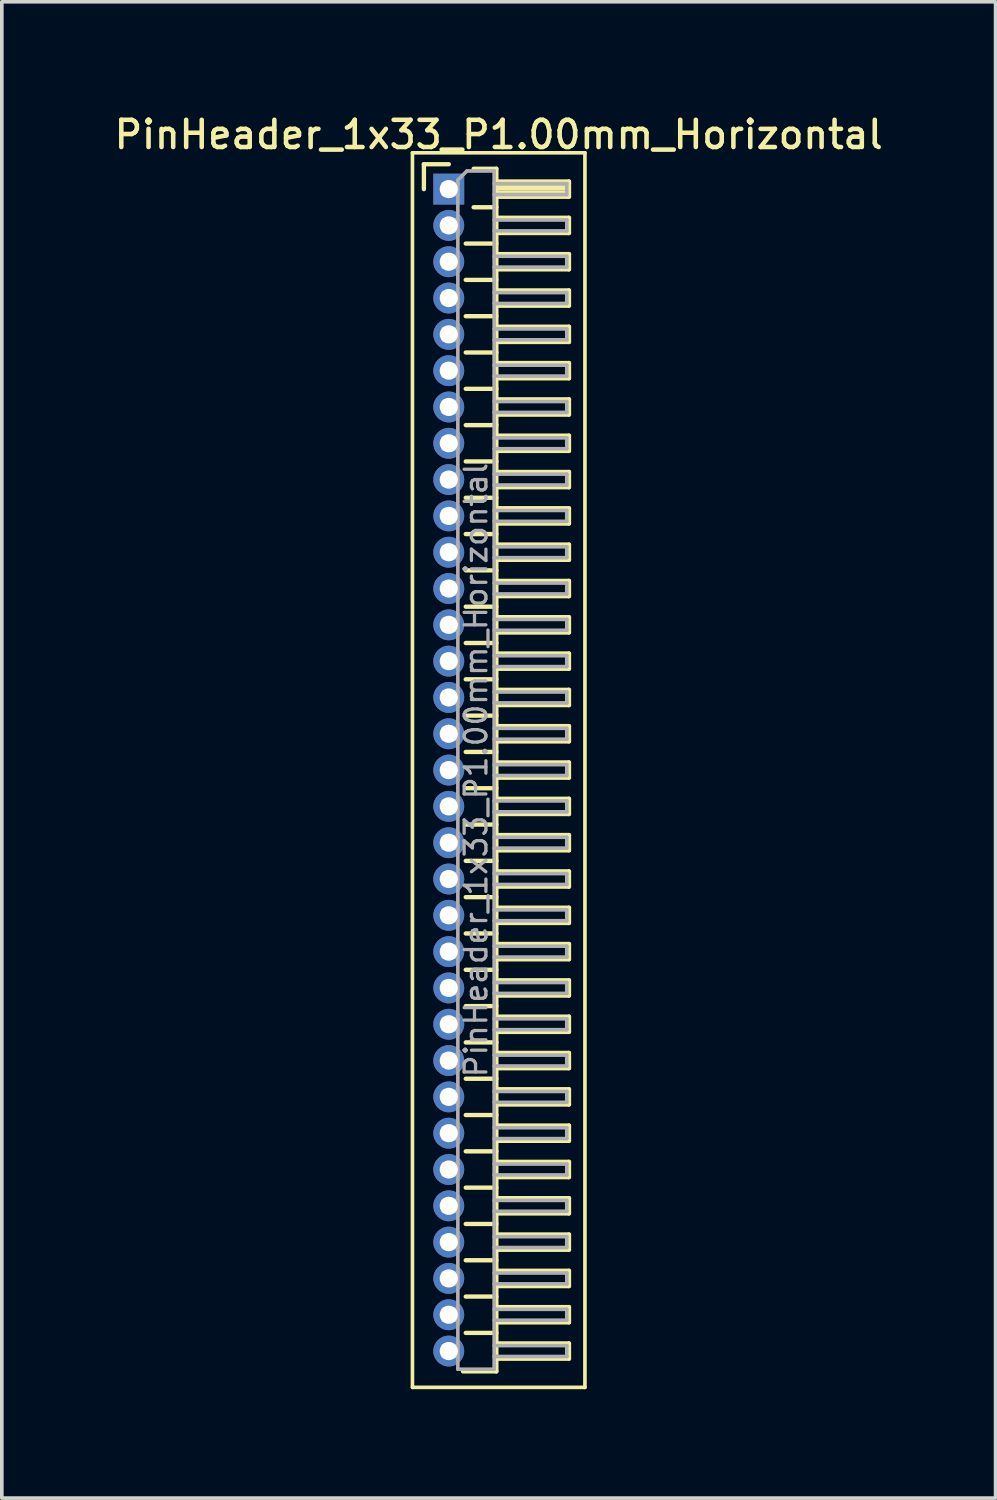
<source format=kicad_pcb>
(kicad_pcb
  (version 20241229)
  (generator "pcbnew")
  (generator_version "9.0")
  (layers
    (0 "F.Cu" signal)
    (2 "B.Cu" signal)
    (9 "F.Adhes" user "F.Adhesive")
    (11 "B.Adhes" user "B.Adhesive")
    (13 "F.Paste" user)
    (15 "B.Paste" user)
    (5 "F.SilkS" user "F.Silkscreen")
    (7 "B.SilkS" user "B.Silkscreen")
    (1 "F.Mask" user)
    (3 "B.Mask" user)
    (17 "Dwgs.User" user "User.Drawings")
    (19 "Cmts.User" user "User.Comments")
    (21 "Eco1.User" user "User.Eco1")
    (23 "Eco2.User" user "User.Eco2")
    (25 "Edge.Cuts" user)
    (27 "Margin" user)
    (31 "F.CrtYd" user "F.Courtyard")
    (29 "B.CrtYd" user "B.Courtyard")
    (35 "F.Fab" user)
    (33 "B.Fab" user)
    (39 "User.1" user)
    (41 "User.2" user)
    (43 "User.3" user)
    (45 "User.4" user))
  (footprint "PinHeader_1x33_P1.00mm_Horizontal"
    (layer "F.Cu")
    (at 9.309 2.158)
    (property "Reference" "PinHeader_1x33_P1.00mm_Horizontal" (at 1.375 -1.5 0) (layer "F.SilkS") (effects (font (size 0.75 0.75) (thickness 0.125))))
    (attr through_hole)
    (fp_line (start -1 -1) (end -1 33) (stroke (width 0.1) (type solid)) (layer "F.SilkS"))
    (fp_line (start -1 33) (end 3.75 33) (stroke (width 0.1) (type solid)) (layer "F.SilkS"))
    (fp_line (start -0.685 -0.685) (end 0 -0.685) (stroke (width 0.12) (type solid)) (layer "F.SilkS"))
    (fp_line (start -0.685 0) (end -0.685 -0.685) (stroke (width 0.12) (type solid)) (layer "F.SilkS"))
    (fp_line (start 0.468 1.5) (end 1.31 1.5) (stroke (width 0.12) (type solid)) (layer "F.SilkS"))
    (fp_line (start 0.468 2.5) (end 1.31 2.5) (stroke (width 0.12) (type solid)) (layer "F.SilkS"))
    (fp_line (start 0.468 3.5) (end 1.31 3.5) (stroke (width 0.12) (type solid)) (layer "F.SilkS"))
    (fp_line (start 0.468 4.5) (end 1.31 4.5) (stroke (width 0.12) (type solid)) (layer "F.SilkS"))
    (fp_line (start 0.468 5.5) (end 1.31 5.5) (stroke (width 0.12) (type solid)) (layer "F.SilkS"))
    (fp_line (start 0.468 6.5) (end 1.31 6.5) (stroke (width 0.12) (type solid)) (layer "F.SilkS"))
    (fp_line (start 0.468 7.5) (end 1.31 7.5) (stroke (width 0.12) (type solid)) (layer "F.SilkS"))
    (fp_line (start 0.468 8.5) (end 1.31 8.5) (stroke (width 0.12) (type solid)) (layer "F.SilkS"))
    (fp_line (start 0.468 9.5) (end 1.31 9.5) (stroke (width 0.12) (type solid)) (layer "F.SilkS"))
    (fp_line (start 0.468 10.5) (end 1.31 10.5) (stroke (width 0.12) (type solid)) (layer "F.SilkS"))
    (fp_line (start 0.468 11.5) (end 1.31 11.5) (stroke (width 0.12) (type solid)) (layer "F.SilkS"))
    (fp_line (start 0.468 12.5) (end 1.31 12.5) (stroke (width 0.12) (type solid)) (layer "F.SilkS"))
    (fp_line (start 0.468 13.5) (end 1.31 13.5) (stroke (width 0.12) (type solid)) (layer "F.SilkS"))
    (fp_line (start 0.468 14.5) (end 1.31 14.5) (stroke (width 0.12) (type solid)) (layer "F.SilkS"))
    (fp_line (start 0.468 15.5) (end 1.31 15.5) (stroke (width 0.12) (type solid)) (layer "F.SilkS"))
    (fp_line (start 0.468 16.5) (end 1.31 16.5) (stroke (width 0.12) (type solid)) (layer "F.SilkS"))
    (fp_line (start 0.468 17.5) (end 1.31 17.5) (stroke (width 0.12) (type solid)) (layer "F.SilkS"))
    (fp_line (start 0.468 18.5) (end 1.31 18.5) (stroke (width 0.12) (type solid)) (layer "F.SilkS"))
    (fp_line (start 0.468 19.5) (end 1.31 19.5) (stroke (width 0.12) (type solid)) (layer "F.SilkS"))
    (fp_line (start 0.468 20.5) (end 1.31 20.5) (stroke (width 0.12) (type solid)) (layer "F.SilkS"))
    (fp_line (start 0.468 21.5) (end 1.31 21.5) (stroke (width 0.12) (type solid)) (layer "F.SilkS"))
    (fp_line (start 0.468 22.5) (end 1.31 22.5) (stroke (width 0.12) (type solid)) (layer "F.SilkS"))
    (fp_line (start 0.468 23.5) (end 1.31 23.5) (stroke (width 0.12) (type solid)) (layer "F.SilkS"))
    (fp_line (start 0.468 24.5) (end 1.31 24.5) (stroke (width 0.12) (type solid)) (layer "F.SilkS"))
    (fp_line (start 0.468 25.5) (end 1.31 25.5) (stroke (width 0.12) (type solid)) (layer "F.SilkS"))
    (fp_line (start 0.468 26.5) (end 1.31 26.5) (stroke (width 0.12) (type solid)) (layer "F.SilkS"))
    (fp_line (start 0.468 27.5) (end 1.31 27.5) (stroke (width 0.12) (type solid)) (layer "F.SilkS"))
    (fp_line (start 0.468 28.5) (end 1.31 28.5) (stroke (width 0.12) (type solid)) (layer "F.SilkS"))
    (fp_line (start 0.468 29.5) (end 1.31 29.5) (stroke (width 0.12) (type solid)) (layer "F.SilkS"))
    (fp_line (start 0.468 30.5) (end 1.31 30.5) (stroke (width 0.12) (type solid)) (layer "F.SilkS"))
    (fp_line (start 0.468 31.5) (end 1.31 31.5) (stroke (width 0.12) (type solid)) (layer "F.SilkS"))
    (fp_line (start 0.685 -0.56) (end 1.31 -0.56) (stroke (width 0.12) (type solid)) (layer "F.SilkS"))
    (fp_line (start 0.685 0.5) (end 1.31 0.5) (stroke (width 0.12) (type solid)) (layer "F.SilkS"))
    (fp_line (start 1.31 -0.56) (end 1.31 32.56) (stroke (width 0.12) (type solid)) (layer "F.SilkS"))
    (fp_line (start 1.31 -0.21) (end 3.31 -0.21) (stroke (width 0.12) (type solid)) (layer "F.SilkS"))
    (fp_line (start 1.31 -0.15) (end 3.31 -0.15) (stroke (width 0.12) (type solid)) (layer "F.SilkS"))
    (fp_line (start 1.31 -0.03) (end 3.31 -0.03) (stroke (width 0.12) (type solid)) (layer "F.SilkS"))
    (fp_line (start 1.31 0.09) (end 3.31 0.09) (stroke (width 0.12) (type solid)) (layer "F.SilkS"))
    (fp_line (start 1.31 0.79) (end 3.31 0.79) (stroke (width 0.12) (type solid)) (layer "F.SilkS"))
    (fp_line (start 1.31 1.79) (end 3.31 1.79) (stroke (width 0.12) (type solid)) (layer "F.SilkS"))
    (fp_line (start 1.31 2.79) (end 3.31 2.79) (stroke (width 0.12) (type solid)) (layer "F.SilkS"))
    (fp_line (start 1.31 3.79) (end 3.31 3.79) (stroke (width 0.12) (type solid)) (layer "F.SilkS"))
    (fp_line (start 1.31 4.79) (end 3.31 4.79) (stroke (width 0.12) (type solid)) (layer "F.SilkS"))
    (fp_line (start 1.31 5.79) (end 3.31 5.79) (stroke (width 0.12) (type solid)) (layer "F.SilkS"))
    (fp_line (start 1.31 6.79) (end 3.31 6.79) (stroke (width 0.12) (type solid)) (layer "F.SilkS"))
    (fp_line (start 1.31 7.79) (end 3.31 7.79) (stroke (width 0.12) (type solid)) (layer "F.SilkS"))
    (fp_line (start 1.31 8.79) (end 3.31 8.79) (stroke (width 0.12) (type solid)) (layer "F.SilkS"))
    (fp_line (start 1.31 9.79) (end 3.31 9.79) (stroke (width 0.12) (type solid)) (layer "F.SilkS"))
    (fp_line (start 1.31 10.79) (end 3.31 10.79) (stroke (width 0.12) (type solid)) (layer "F.SilkS"))
    (fp_line (start 1.31 11.79) (end 3.31 11.79) (stroke (width 0.12) (type solid)) (layer "F.SilkS"))
    (fp_line (start 1.31 12.79) (end 3.31 12.79) (stroke (width 0.12) (type solid)) (layer "F.SilkS"))
    (fp_line (start 1.31 13.79) (end 3.31 13.79) (stroke (width 0.12) (type solid)) (layer "F.SilkS"))
    (fp_line (start 1.31 14.79) (end 3.31 14.79) (stroke (width 0.12) (type solid)) (layer "F.SilkS"))
    (fp_line (start 1.31 15.79) (end 3.31 15.79) (stroke (width 0.12) (type solid)) (layer "F.SilkS"))
    (fp_line (start 1.31 16.79) (end 3.31 16.79) (stroke (width 0.12) (type solid)) (layer "F.SilkS"))
    (fp_line (start 1.31 17.79) (end 3.31 17.79) (stroke (width 0.12) (type solid)) (layer "F.SilkS"))
    (fp_line (start 1.31 18.79) (end 3.31 18.79) (stroke (width 0.12) (type solid)) (layer "F.SilkS"))
    (fp_line (start 1.31 19.79) (end 3.31 19.79) (stroke (width 0.12) (type solid)) (layer "F.SilkS"))
    (fp_line (start 1.31 20.79) (end 3.31 20.79) (stroke (width 0.12) (type solid)) (layer "F.SilkS"))
    (fp_line (start 1.31 21.79) (end 3.31 21.79) (stroke (width 0.12) (type solid)) (layer "F.SilkS"))
    (fp_line (start 1.31 22.79) (end 3.31 22.79) (stroke (width 0.12) (type solid)) (layer "F.SilkS"))
    (fp_line (start 1.31 23.79) (end 3.31 23.79) (stroke (width 0.12) (type solid)) (layer "F.SilkS"))
    (fp_line (start 1.31 24.79) (end 3.31 24.79) (stroke (width 0.12) (type solid)) (layer "F.SilkS"))
    (fp_line (start 1.31 25.79) (end 3.31 25.79) (stroke (width 0.12) (type solid)) (layer "F.SilkS"))
    (fp_line (start 1.31 26.79) (end 3.31 26.79) (stroke (width 0.12) (type solid)) (layer "F.SilkS"))
    (fp_line (start 1.31 27.79) (end 3.31 27.79) (stroke (width 0.12) (type solid)) (layer "F.SilkS"))
    (fp_line (start 1.31 28.79) (end 3.31 28.79) (stroke (width 0.12) (type solid)) (layer "F.SilkS"))
    (fp_line (start 1.31 29.79) (end 3.31 29.79) (stroke (width 0.12) (type solid)) (layer "F.SilkS"))
    (fp_line (start 1.31 30.79) (end 3.31 30.79) (stroke (width 0.12) (type solid)) (layer "F.SilkS"))
    (fp_line (start 1.31 31.79) (end 3.31 31.79) (stroke (width 0.12) (type solid)) (layer "F.SilkS"))
    (fp_line (start 1.31 32.56) (end 0.394 32.56) (stroke (width 0.12) (type solid)) (layer "F.SilkS"))
    (fp_line (start 3.31 -0.21) (end 3.31 0.21) (stroke (width 0.12) (type solid)) (layer "F.SilkS"))
    (fp_line (start 3.31 0.21) (end 1.31 0.21) (stroke (width 0.12) (type solid)) (layer "F.SilkS"))
    (fp_line (start 3.31 0.79) (end 3.31 1.21) (stroke (width 0.12) (type solid)) (layer "F.SilkS"))
    (fp_line (start 3.31 1.21) (end 1.31 1.21) (stroke (width 0.12) (type solid)) (layer "F.SilkS"))
    (fp_line (start 3.31 1.79) (end 3.31 2.21) (stroke (width 0.12) (type solid)) (layer "F.SilkS"))
    (fp_line (start 3.31 2.21) (end 1.31 2.21) (stroke (width 0.12) (type solid)) (layer "F.SilkS"))
    (fp_line (start 3.31 2.79) (end 3.31 3.21) (stroke (width 0.12) (type solid)) (layer "F.SilkS"))
    (fp_line (start 3.31 3.21) (end 1.31 3.21) (stroke (width 0.12) (type solid)) (layer "F.SilkS"))
    (fp_line (start 3.31 3.79) (end 3.31 4.21) (stroke (width 0.12) (type solid)) (layer "F.SilkS"))
    (fp_line (start 3.31 4.21) (end 1.31 4.21) (stroke (width 0.12) (type solid)) (layer "F.SilkS"))
    (fp_line (start 3.31 4.79) (end 3.31 5.21) (stroke (width 0.12) (type solid)) (layer "F.SilkS"))
    (fp_line (start 3.31 5.21) (end 1.31 5.21) (stroke (width 0.12) (type solid)) (layer "F.SilkS"))
    (fp_line (start 3.31 5.79) (end 3.31 6.21) (stroke (width 0.12) (type solid)) (layer "F.SilkS"))
    (fp_line (start 3.31 6.21) (end 1.31 6.21) (stroke (width 0.12) (type solid)) (layer "F.SilkS"))
    (fp_line (start 3.31 6.79) (end 3.31 7.21) (stroke (width 0.12) (type solid)) (layer "F.SilkS"))
    (fp_line (start 3.31 7.21) (end 1.31 7.21) (stroke (width 0.12) (type solid)) (layer "F.SilkS"))
    (fp_line (start 3.31 7.79) (end 3.31 8.21) (stroke (width 0.12) (type solid)) (layer "F.SilkS"))
    (fp_line (start 3.31 8.21) (end 1.31 8.21) (stroke (width 0.12) (type solid)) (layer "F.SilkS"))
    (fp_line (start 3.31 8.79) (end 3.31 9.21) (stroke (width 0.12) (type solid)) (layer "F.SilkS"))
    (fp_line (start 3.31 9.21) (end 1.31 9.21) (stroke (width 0.12) (type solid)) (layer "F.SilkS"))
    (fp_line (start 3.31 9.79) (end 3.31 10.21) (stroke (width 0.12) (type solid)) (layer "F.SilkS"))
    (fp_line (start 3.31 10.21) (end 1.31 10.21) (stroke (width 0.12) (type solid)) (layer "F.SilkS"))
    (fp_line (start 3.31 10.79) (end 3.31 11.21) (stroke (width 0.12) (type solid)) (layer "F.SilkS"))
    (fp_line (start 3.31 11.21) (end 1.31 11.21) (stroke (width 0.12) (type solid)) (layer "F.SilkS"))
    (fp_line (start 3.31 11.79) (end 3.31 12.21) (stroke (width 0.12) (type solid)) (layer "F.SilkS"))
    (fp_line (start 3.31 12.21) (end 1.31 12.21) (stroke (width 0.12) (type solid)) (layer "F.SilkS"))
    (fp_line (start 3.31 12.79) (end 3.31 13.21) (stroke (width 0.12) (type solid)) (layer "F.SilkS"))
    (fp_line (start 3.31 13.21) (end 1.31 13.21) (stroke (width 0.12) (type solid)) (layer "F.SilkS"))
    (fp_line (start 3.31 13.79) (end 3.31 14.21) (stroke (width 0.12) (type solid)) (layer "F.SilkS"))
    (fp_line (start 3.31 14.21) (end 1.31 14.21) (stroke (width 0.12) (type solid)) (layer "F.SilkS"))
    (fp_line (start 3.31 14.79) (end 3.31 15.21) (stroke (width 0.12) (type solid)) (layer "F.SilkS"))
    (fp_line (start 3.31 15.21) (end 1.31 15.21) (stroke (width 0.12) (type solid)) (layer "F.SilkS"))
    (fp_line (start 3.31 15.79) (end 3.31 16.21) (stroke (width 0.12) (type solid)) (layer "F.SilkS"))
    (fp_line (start 3.31 16.21) (end 1.31 16.21) (stroke (width 0.12) (type solid)) (layer "F.SilkS"))
    (fp_line (start 3.31 16.79) (end 3.31 17.21) (stroke (width 0.12) (type solid)) (layer "F.SilkS"))
    (fp_line (start 3.31 17.21) (end 1.31 17.21) (stroke (width 0.12) (type solid)) (layer "F.SilkS"))
    (fp_line (start 3.31 17.79) (end 3.31 18.21) (stroke (width 0.12) (type solid)) (layer "F.SilkS"))
    (fp_line (start 3.31 18.21) (end 1.31 18.21) (stroke (width 0.12) (type solid)) (layer "F.SilkS"))
    (fp_line (start 3.31 18.79) (end 3.31 19.21) (stroke (width 0.12) (type solid)) (layer "F.SilkS"))
    (fp_line (start 3.31 19.21) (end 1.31 19.21) (stroke (width 0.12) (type solid)) (layer "F.SilkS"))
    (fp_line (start 3.31 19.79) (end 3.31 20.21) (stroke (width 0.12) (type solid)) (layer "F.SilkS"))
    (fp_line (start 3.31 20.21) (end 1.31 20.21) (stroke (width 0.12) (type solid)) (layer "F.SilkS"))
    (fp_line (start 3.31 20.79) (end 3.31 21.21) (stroke (width 0.12) (type solid)) (layer "F.SilkS"))
    (fp_line (start 3.31 21.21) (end 1.31 21.21) (stroke (width 0.12) (type solid)) (layer "F.SilkS"))
    (fp_line (start 3.31 21.79) (end 3.31 22.21) (stroke (width 0.12) (type solid)) (layer "F.SilkS"))
    (fp_line (start 3.31 22.21) (end 1.31 22.21) (stroke (width 0.12) (type solid)) (layer "F.SilkS"))
    (fp_line (start 3.31 22.79) (end 3.31 23.21) (stroke (width 0.12) (type solid)) (layer "F.SilkS"))
    (fp_line (start 3.31 23.21) (end 1.31 23.21) (stroke (width 0.12) (type solid)) (layer "F.SilkS"))
    (fp_line (start 3.31 23.79) (end 3.31 24.21) (stroke (width 0.12) (type solid)) (layer "F.SilkS"))
    (fp_line (start 3.31 24.21) (end 1.31 24.21) (stroke (width 0.12) (type solid)) (layer "F.SilkS"))
    (fp_line (start 3.31 24.79) (end 3.31 25.21) (stroke (width 0.12) (type solid)) (layer "F.SilkS"))
    (fp_line (start 3.31 25.21) (end 1.31 25.21) (stroke (width 0.12) (type solid)) (layer "F.SilkS"))
    (fp_line (start 3.31 25.79) (end 3.31 26.21) (stroke (width 0.12) (type solid)) (layer "F.SilkS"))
    (fp_line (start 3.31 26.21) (end 1.31 26.21) (stroke (width 0.12) (type solid)) (layer "F.SilkS"))
    (fp_line (start 3.31 26.79) (end 3.31 27.21) (stroke (width 0.12) (type solid)) (layer "F.SilkS"))
    (fp_line (start 3.31 27.21) (end 1.31 27.21) (stroke (width 0.12) (type solid)) (layer "F.SilkS"))
    (fp_line (start 3.31 27.79) (end 3.31 28.21) (stroke (width 0.12) (type solid)) (layer "F.SilkS"))
    (fp_line (start 3.31 28.21) (end 1.31 28.21) (stroke (width 0.12) (type solid)) (layer "F.SilkS"))
    (fp_line (start 3.31 28.79) (end 3.31 29.21) (stroke (width 0.12) (type solid)) (layer "F.SilkS"))
    (fp_line (start 3.31 29.21) (end 1.31 29.21) (stroke (width 0.12) (type solid)) (layer "F.SilkS"))
    (fp_line (start 3.31 29.79) (end 3.31 30.21) (stroke (width 0.12) (type solid)) (layer "F.SilkS"))
    (fp_line (start 3.31 30.21) (end 1.31 30.21) (stroke (width 0.12) (type solid)) (layer "F.SilkS"))
    (fp_line (start 3.31 30.79) (end 3.31 31.21) (stroke (width 0.12) (type solid)) (layer "F.SilkS"))
    (fp_line (start 3.31 31.21) (end 1.31 31.21) (stroke (width 0.12) (type solid)) (layer "F.SilkS"))
    (fp_line (start 3.31 31.79) (end 3.31 32.21) (stroke (width 0.12) (type solid)) (layer "F.SilkS"))
    (fp_line (start 3.31 32.21) (end 1.31 32.21) (stroke (width 0.12) (type solid)) (layer "F.SilkS"))
    (fp_line (start 3.75 -1) (end -1 -1) (stroke (width 0.1) (type solid)) (layer "F.SilkS"))
    (fp_line (start 3.75 33) (end 3.75 -1) (stroke (width 0.1) (type solid)) (layer "F.SilkS"))
    (fp_line (start -0.15 -0.15) (end -0.15 0.15) (stroke (width 0.1) (type solid)) (layer "F.Fab"))
    (fp_line (start -0.15 -0.15) (end 0.25 -0.15) (stroke (width 0.1) (type solid)) (layer "F.Fab"))
    (fp_line (start -0.15 0.15) (end 0.25 0.15) (stroke (width 0.1) (type solid)) (layer "F.Fab"))
    (fp_line (start -0.15 0.85) (end -0.15 1.15) (stroke (width 0.1) (type solid)) (layer "F.Fab"))
    (fp_line (start -0.15 0.85) (end 0.25 0.85) (stroke (width 0.1) (type solid)) (layer "F.Fab"))
    (fp_line (start -0.15 1.15) (end 0.25 1.15) (stroke (width 0.1) (type solid)) (layer "F.Fab"))
    (fp_line (start -0.15 1.85) (end -0.15 2.15) (stroke (width 0.1) (type solid)) (layer "F.Fab"))
    (fp_line (start -0.15 1.85) (end 0.25 1.85) (stroke (width 0.1) (type solid)) (layer "F.Fab"))
    (fp_line (start -0.15 2.15) (end 0.25 2.15) (stroke (width 0.1) (type solid)) (layer "F.Fab"))
    (fp_line (start -0.15 2.85) (end -0.15 3.15) (stroke (width 0.1) (type solid)) (layer "F.Fab"))
    (fp_line (start -0.15 2.85) (end 0.25 2.85) (stroke (width 0.1) (type solid)) (layer "F.Fab"))
    (fp_line (start -0.15 3.15) (end 0.25 3.15) (stroke (width 0.1) (type solid)) (layer "F.Fab"))
    (fp_line (start -0.15 3.85) (end -0.15 4.15) (stroke (width 0.1) (type solid)) (layer "F.Fab"))
    (fp_line (start -0.15 3.85) (end 0.25 3.85) (stroke (width 0.1) (type solid)) (layer "F.Fab"))
    (fp_line (start -0.15 4.15) (end 0.25 4.15) (stroke (width 0.1) (type solid)) (layer "F.Fab"))
    (fp_line (start -0.15 4.85) (end -0.15 5.15) (stroke (width 0.1) (type solid)) (layer "F.Fab"))
    (fp_line (start -0.15 4.85) (end 0.25 4.85) (stroke (width 0.1) (type solid)) (layer "F.Fab"))
    (fp_line (start -0.15 5.15) (end 0.25 5.15) (stroke (width 0.1) (type solid)) (layer "F.Fab"))
    (fp_line (start -0.15 5.85) (end -0.15 6.15) (stroke (width 0.1) (type solid)) (layer "F.Fab"))
    (fp_line (start -0.15 5.85) (end 0.25 5.85) (stroke (width 0.1) (type solid)) (layer "F.Fab"))
    (fp_line (start -0.15 6.15) (end 0.25 6.15) (stroke (width 0.1) (type solid)) (layer "F.Fab"))
    (fp_line (start -0.15 6.85) (end -0.15 7.15) (stroke (width 0.1) (type solid)) (layer "F.Fab"))
    (fp_line (start -0.15 6.85) (end 0.25 6.85) (stroke (width 0.1) (type solid)) (layer "F.Fab"))
    (fp_line (start -0.15 7.15) (end 0.25 7.15) (stroke (width 0.1) (type solid)) (layer "F.Fab"))
    (fp_line (start -0.15 7.85) (end -0.15 8.15) (stroke (width 0.1) (type solid)) (layer "F.Fab"))
    (fp_line (start -0.15 7.85) (end 0.25 7.85) (stroke (width 0.1) (type solid)) (layer "F.Fab"))
    (fp_line (start -0.15 8.15) (end 0.25 8.15) (stroke (width 0.1) (type solid)) (layer "F.Fab"))
    (fp_line (start -0.15 8.85) (end -0.15 9.15) (stroke (width 0.1) (type solid)) (layer "F.Fab"))
    (fp_line (start -0.15 8.85) (end 0.25 8.85) (stroke (width 0.1) (type solid)) (layer "F.Fab"))
    (fp_line (start -0.15 9.15) (end 0.25 9.15) (stroke (width 0.1) (type solid)) (layer "F.Fab"))
    (fp_line (start -0.15 9.85) (end -0.15 10.15) (stroke (width 0.1) (type solid)) (layer "F.Fab"))
    (fp_line (start -0.15 9.85) (end 0.25 9.85) (stroke (width 0.1) (type solid)) (layer "F.Fab"))
    (fp_line (start -0.15 10.15) (end 0.25 10.15) (stroke (width 0.1) (type solid)) (layer "F.Fab"))
    (fp_line (start -0.15 10.85) (end -0.15 11.15) (stroke (width 0.1) (type solid)) (layer "F.Fab"))
    (fp_line (start -0.15 10.85) (end 0.25 10.85) (stroke (width 0.1) (type solid)) (layer "F.Fab"))
    (fp_line (start -0.15 11.15) (end 0.25 11.15) (stroke (width 0.1) (type solid)) (layer "F.Fab"))
    (fp_line (start -0.15 11.85) (end -0.15 12.15) (stroke (width 0.1) (type solid)) (layer "F.Fab"))
    (fp_line (start -0.15 11.85) (end 0.25 11.85) (stroke (width 0.1) (type solid)) (layer "F.Fab"))
    (fp_line (start -0.15 12.15) (end 0.25 12.15) (stroke (width 0.1) (type solid)) (layer "F.Fab"))
    (fp_line (start -0.15 12.85) (end -0.15 13.15) (stroke (width 0.1) (type solid)) (layer "F.Fab"))
    (fp_line (start -0.15 12.85) (end 0.25 12.85) (stroke (width 0.1) (type solid)) (layer "F.Fab"))
    (fp_line (start -0.15 13.15) (end 0.25 13.15) (stroke (width 0.1) (type solid)) (layer "F.Fab"))
    (fp_line (start -0.15 13.85) (end -0.15 14.15) (stroke (width 0.1) (type solid)) (layer "F.Fab"))
    (fp_line (start -0.15 13.85) (end 0.25 13.85) (stroke (width 0.1) (type solid)) (layer "F.Fab"))
    (fp_line (start -0.15 14.15) (end 0.25 14.15) (stroke (width 0.1) (type solid)) (layer "F.Fab"))
    (fp_line (start -0.15 14.85) (end -0.15 15.15) (stroke (width 0.1) (type solid)) (layer "F.Fab"))
    (fp_line (start -0.15 14.85) (end 0.25 14.85) (stroke (width 0.1) (type solid)) (layer "F.Fab"))
    (fp_line (start -0.15 15.15) (end 0.25 15.15) (stroke (width 0.1) (type solid)) (layer "F.Fab"))
    (fp_line (start -0.15 15.85) (end -0.15 16.15) (stroke (width 0.1) (type solid)) (layer "F.Fab"))
    (fp_line (start -0.15 15.85) (end 0.25 15.85) (stroke (width 0.1) (type solid)) (layer "F.Fab"))
    (fp_line (start -0.15 16.15) (end 0.25 16.15) (stroke (width 0.1) (type solid)) (layer "F.Fab"))
    (fp_line (start -0.15 16.85) (end -0.15 17.15) (stroke (width 0.1) (type solid)) (layer "F.Fab"))
    (fp_line (start -0.15 16.85) (end 0.25 16.85) (stroke (width 0.1) (type solid)) (layer "F.Fab"))
    (fp_line (start -0.15 17.15) (end 0.25 17.15) (stroke (width 0.1) (type solid)) (layer "F.Fab"))
    (fp_line (start -0.15 17.85) (end -0.15 18.15) (stroke (width 0.1) (type solid)) (layer "F.Fab"))
    (fp_line (start -0.15 17.85) (end 0.25 17.85) (stroke (width 0.1) (type solid)) (layer "F.Fab"))
    (fp_line (start -0.15 18.15) (end 0.25 18.15) (stroke (width 0.1) (type solid)) (layer "F.Fab"))
    (fp_line (start -0.15 18.85) (end -0.15 19.15) (stroke (width 0.1) (type solid)) (layer "F.Fab"))
    (fp_line (start -0.15 18.85) (end 0.25 18.85) (stroke (width 0.1) (type solid)) (layer "F.Fab"))
    (fp_line (start -0.15 19.15) (end 0.25 19.15) (stroke (width 0.1) (type solid)) (layer "F.Fab"))
    (fp_line (start -0.15 19.85) (end -0.15 20.15) (stroke (width 0.1) (type solid)) (layer "F.Fab"))
    (fp_line (start -0.15 19.85) (end 0.25 19.85) (stroke (width 0.1) (type solid)) (layer "F.Fab"))
    (fp_line (start -0.15 20.15) (end 0.25 20.15) (stroke (width 0.1) (type solid)) (layer "F.Fab"))
    (fp_line (start -0.15 20.85) (end -0.15 21.15) (stroke (width 0.1) (type solid)) (layer "F.Fab"))
    (fp_line (start -0.15 20.85) (end 0.25 20.85) (stroke (width 0.1) (type solid)) (layer "F.Fab"))
    (fp_line (start -0.15 21.15) (end 0.25 21.15) (stroke (width 0.1) (type solid)) (layer "F.Fab"))
    (fp_line (start -0.15 21.85) (end -0.15 22.15) (stroke (width 0.1) (type solid)) (layer "F.Fab"))
    (fp_line (start -0.15 21.85) (end 0.25 21.85) (stroke (width 0.1) (type solid)) (layer "F.Fab"))
    (fp_line (start -0.15 22.15) (end 0.25 22.15) (stroke (width 0.1) (type solid)) (layer "F.Fab"))
    (fp_line (start -0.15 22.85) (end -0.15 23.15) (stroke (width 0.1) (type solid)) (layer "F.Fab"))
    (fp_line (start -0.15 22.85) (end 0.25 22.85) (stroke (width 0.1) (type solid)) (layer "F.Fab"))
    (fp_line (start -0.15 23.15) (end 0.25 23.15) (stroke (width 0.1) (type solid)) (layer "F.Fab"))
    (fp_line (start -0.15 23.85) (end -0.15 24.15) (stroke (width 0.1) (type solid)) (layer "F.Fab"))
    (fp_line (start -0.15 23.85) (end 0.25 23.85) (stroke (width 0.1) (type solid)) (layer "F.Fab"))
    (fp_line (start -0.15 24.15) (end 0.25 24.15) (stroke (width 0.1) (type solid)) (layer "F.Fab"))
    (fp_line (start -0.15 24.85) (end -0.15 25.15) (stroke (width 0.1) (type solid)) (layer "F.Fab"))
    (fp_line (start -0.15 24.85) (end 0.25 24.85) (stroke (width 0.1) (type solid)) (layer "F.Fab"))
    (fp_line (start -0.15 25.15) (end 0.25 25.15) (stroke (width 0.1) (type solid)) (layer "F.Fab"))
    (fp_line (start -0.15 25.85) (end -0.15 26.15) (stroke (width 0.1) (type solid)) (layer "F.Fab"))
    (fp_line (start -0.15 25.85) (end 0.25 25.85) (stroke (width 0.1) (type solid)) (layer "F.Fab"))
    (fp_line (start -0.15 26.15) (end 0.25 26.15) (stroke (width 0.1) (type solid)) (layer "F.Fab"))
    (fp_line (start -0.15 26.85) (end -0.15 27.15) (stroke (width 0.1) (type solid)) (layer "F.Fab"))
    (fp_line (start -0.15 26.85) (end 0.25 26.85) (stroke (width 0.1) (type solid)) (layer "F.Fab"))
    (fp_line (start -0.15 27.15) (end 0.25 27.15) (stroke (width 0.1) (type solid)) (layer "F.Fab"))
    (fp_line (start -0.15 27.85) (end -0.15 28.15) (stroke (width 0.1) (type solid)) (layer "F.Fab"))
    (fp_line (start -0.15 27.85) (end 0.25 27.85) (stroke (width 0.1) (type solid)) (layer "F.Fab"))
    (fp_line (start -0.15 28.15) (end 0.25 28.15) (stroke (width 0.1) (type solid)) (layer "F.Fab"))
    (fp_line (start -0.15 28.85) (end -0.15 29.15) (stroke (width 0.1) (type solid)) (layer "F.Fab"))
    (fp_line (start -0.15 28.85) (end 0.25 28.85) (stroke (width 0.1) (type solid)) (layer "F.Fab"))
    (fp_line (start -0.15 29.15) (end 0.25 29.15) (stroke (width 0.1) (type solid)) (layer "F.Fab"))
    (fp_line (start -0.15 29.85) (end -0.15 30.15) (stroke (width 0.1) (type solid)) (layer "F.Fab"))
    (fp_line (start -0.15 29.85) (end 0.25 29.85) (stroke (width 0.1) (type solid)) (layer "F.Fab"))
    (fp_line (start -0.15 30.15) (end 0.25 30.15) (stroke (width 0.1) (type solid)) (layer "F.Fab"))
    (fp_line (start -0.15 30.85) (end -0.15 31.15) (stroke (width 0.1) (type solid)) (layer "F.Fab"))
    (fp_line (start -0.15 30.85) (end 0.25 30.85) (stroke (width 0.1) (type solid)) (layer "F.Fab"))
    (fp_line (start -0.15 31.15) (end 0.25 31.15) (stroke (width 0.1) (type solid)) (layer "F.Fab"))
    (fp_line (start -0.15 31.85) (end -0.15 32.15) (stroke (width 0.1) (type solid)) (layer "F.Fab"))
    (fp_line (start -0.15 31.85) (end 0.25 31.85) (stroke (width 0.1) (type solid)) (layer "F.Fab"))
    (fp_line (start -0.15 32.15) (end 0.25 32.15) (stroke (width 0.1) (type solid)) (layer "F.Fab"))
    (fp_line (start 0.25 -0.25) (end 0.5 -0.5) (stroke (width 0.1) (type solid)) (layer "F.Fab"))
    (fp_line (start 0.25 32.5) (end 0.25 -0.25) (stroke (width 0.1) (type solid)) (layer "F.Fab"))
    (fp_line (start 0.5 -0.5) (end 1.25 -0.5) (stroke (width 0.1) (type solid)) (layer "F.Fab"))
    (fp_line (start 1.25 -0.5) (end 1.25 32.5) (stroke (width 0.1) (type solid)) (layer "F.Fab"))
    (fp_line (start 1.25 -0.15) (end 3.25 -0.15) (stroke (width 0.1) (type solid)) (layer "F.Fab"))
    (fp_line (start 1.25 0.15) (end 3.25 0.15) (stroke (width 0.1) (type solid)) (layer "F.Fab"))
    (fp_line (start 1.25 0.85) (end 3.25 0.85) (stroke (width 0.1) (type solid)) (layer "F.Fab"))
    (fp_line (start 1.25 1.15) (end 3.25 1.15) (stroke (width 0.1) (type solid)) (layer "F.Fab"))
    (fp_line (start 1.25 1.85) (end 3.25 1.85) (stroke (width 0.1) (type solid)) (layer "F.Fab"))
    (fp_line (start 1.25 2.15) (end 3.25 2.15) (stroke (width 0.1) (type solid)) (layer "F.Fab"))
    (fp_line (start 1.25 2.85) (end 3.25 2.85) (stroke (width 0.1) (type solid)) (layer "F.Fab"))
    (fp_line (start 1.25 3.15) (end 3.25 3.15) (stroke (width 0.1) (type solid)) (layer "F.Fab"))
    (fp_line (start 1.25 3.85) (end 3.25 3.85) (stroke (width 0.1) (type solid)) (layer "F.Fab"))
    (fp_line (start 1.25 4.15) (end 3.25 4.15) (stroke (width 0.1) (type solid)) (layer "F.Fab"))
    (fp_line (start 1.25 4.85) (end 3.25 4.85) (stroke (width 0.1) (type solid)) (layer "F.Fab"))
    (fp_line (start 1.25 5.15) (end 3.25 5.15) (stroke (width 0.1) (type solid)) (layer "F.Fab"))
    (fp_line (start 1.25 5.85) (end 3.25 5.85) (stroke (width 0.1) (type solid)) (layer "F.Fab"))
    (fp_line (start 1.25 6.15) (end 3.25 6.15) (stroke (width 0.1) (type solid)) (layer "F.Fab"))
    (fp_line (start 1.25 6.85) (end 3.25 6.85) (stroke (width 0.1) (type solid)) (layer "F.Fab"))
    (fp_line (start 1.25 7.15) (end 3.25 7.15) (stroke (width 0.1) (type solid)) (layer "F.Fab"))
    (fp_line (start 1.25 7.85) (end 3.25 7.85) (stroke (width 0.1) (type solid)) (layer "F.Fab"))
    (fp_line (start 1.25 8.15) (end 3.25 8.15) (stroke (width 0.1) (type solid)) (layer "F.Fab"))
    (fp_line (start 1.25 8.85) (end 3.25 8.85) (stroke (width 0.1) (type solid)) (layer "F.Fab"))
    (fp_line (start 1.25 9.15) (end 3.25 9.15) (stroke (width 0.1) (type solid)) (layer "F.Fab"))
    (fp_line (start 1.25 9.85) (end 3.25 9.85) (stroke (width 0.1) (type solid)) (layer "F.Fab"))
    (fp_line (start 1.25 10.15) (end 3.25 10.15) (stroke (width 0.1) (type solid)) (layer "F.Fab"))
    (fp_line (start 1.25 10.85) (end 3.25 10.85) (stroke (width 0.1) (type solid)) (layer "F.Fab"))
    (fp_line (start 1.25 11.15) (end 3.25 11.15) (stroke (width 0.1) (type solid)) (layer "F.Fab"))
    (fp_line (start 1.25 11.85) (end 3.25 11.85) (stroke (width 0.1) (type solid)) (layer "F.Fab"))
    (fp_line (start 1.25 12.15) (end 3.25 12.15) (stroke (width 0.1) (type solid)) (layer "F.Fab"))
    (fp_line (start 1.25 12.85) (end 3.25 12.85) (stroke (width 0.1) (type solid)) (layer "F.Fab"))
    (fp_line (start 1.25 13.15) (end 3.25 13.15) (stroke (width 0.1) (type solid)) (layer "F.Fab"))
    (fp_line (start 1.25 13.85) (end 3.25 13.85) (stroke (width 0.1) (type solid)) (layer "F.Fab"))
    (fp_line (start 1.25 14.15) (end 3.25 14.15) (stroke (width 0.1) (type solid)) (layer "F.Fab"))
    (fp_line (start 1.25 14.85) (end 3.25 14.85) (stroke (width 0.1) (type solid)) (layer "F.Fab"))
    (fp_line (start 1.25 15.15) (end 3.25 15.15) (stroke (width 0.1) (type solid)) (layer "F.Fab"))
    (fp_line (start 1.25 15.85) (end 3.25 15.85) (stroke (width 0.1) (type solid)) (layer "F.Fab"))
    (fp_line (start 1.25 16.15) (end 3.25 16.15) (stroke (width 0.1) (type solid)) (layer "F.Fab"))
    (fp_line (start 1.25 16.85) (end 3.25 16.85) (stroke (width 0.1) (type solid)) (layer "F.Fab"))
    (fp_line (start 1.25 17.15) (end 3.25 17.15) (stroke (width 0.1) (type solid)) (layer "F.Fab"))
    (fp_line (start 1.25 17.85) (end 3.25 17.85) (stroke (width 0.1) (type solid)) (layer "F.Fab"))
    (fp_line (start 1.25 18.15) (end 3.25 18.15) (stroke (width 0.1) (type solid)) (layer "F.Fab"))
    (fp_line (start 1.25 18.85) (end 3.25 18.85) (stroke (width 0.1) (type solid)) (layer "F.Fab"))
    (fp_line (start 1.25 19.15) (end 3.25 19.15) (stroke (width 0.1) (type solid)) (layer "F.Fab"))
    (fp_line (start 1.25 19.85) (end 3.25 19.85) (stroke (width 0.1) (type solid)) (layer "F.Fab"))
    (fp_line (start 1.25 20.15) (end 3.25 20.15) (stroke (width 0.1) (type solid)) (layer "F.Fab"))
    (fp_line (start 1.25 20.85) (end 3.25 20.85) (stroke (width 0.1) (type solid)) (layer "F.Fab"))
    (fp_line (start 1.25 21.15) (end 3.25 21.15) (stroke (width 0.1) (type solid)) (layer "F.Fab"))
    (fp_line (start 1.25 21.85) (end 3.25 21.85) (stroke (width 0.1) (type solid)) (layer "F.Fab"))
    (fp_line (start 1.25 22.15) (end 3.25 22.15) (stroke (width 0.1) (type solid)) (layer "F.Fab"))
    (fp_line (start 1.25 22.85) (end 3.25 22.85) (stroke (width 0.1) (type solid)) (layer "F.Fab"))
    (fp_line (start 1.25 23.15) (end 3.25 23.15) (stroke (width 0.1) (type solid)) (layer "F.Fab"))
    (fp_line (start 1.25 23.85) (end 3.25 23.85) (stroke (width 0.1) (type solid)) (layer "F.Fab"))
    (fp_line (start 1.25 24.15) (end 3.25 24.15) (stroke (width 0.1) (type solid)) (layer "F.Fab"))
    (fp_line (start 1.25 24.85) (end 3.25 24.85) (stroke (width 0.1) (type solid)) (layer "F.Fab"))
    (fp_line (start 1.25 25.15) (end 3.25 25.15) (stroke (width 0.1) (type solid)) (layer "F.Fab"))
    (fp_line (start 1.25 25.85) (end 3.25 25.85) (stroke (width 0.1) (type solid)) (layer "F.Fab"))
    (fp_line (start 1.25 26.15) (end 3.25 26.15) (stroke (width 0.1) (type solid)) (layer "F.Fab"))
    (fp_line (start 1.25 26.85) (end 3.25 26.85) (stroke (width 0.1) (type solid)) (layer "F.Fab"))
    (fp_line (start 1.25 27.15) (end 3.25 27.15) (stroke (width 0.1) (type solid)) (layer "F.Fab"))
    (fp_line (start 1.25 27.85) (end 3.25 27.85) (stroke (width 0.1) (type solid)) (layer "F.Fab"))
    (fp_line (start 1.25 28.15) (end 3.25 28.15) (stroke (width 0.1) (type solid)) (layer "F.Fab"))
    (fp_line (start 1.25 28.85) (end 3.25 28.85) (stroke (width 0.1) (type solid)) (layer "F.Fab"))
    (fp_line (start 1.25 29.15) (end 3.25 29.15) (stroke (width 0.1) (type solid)) (layer "F.Fab"))
    (fp_line (start 1.25 29.85) (end 3.25 29.85) (stroke (width 0.1) (type solid)) (layer "F.Fab"))
    (fp_line (start 1.25 30.15) (end 3.25 30.15) (stroke (width 0.1) (type solid)) (layer "F.Fab"))
    (fp_line (start 1.25 30.85) (end 3.25 30.85) (stroke (width 0.1) (type solid)) (layer "F.Fab"))
    (fp_line (start 1.25 31.15) (end 3.25 31.15) (stroke (width 0.1) (type solid)) (layer "F.Fab"))
    (fp_line (start 1.25 31.85) (end 3.25 31.85) (stroke (width 0.1) (type solid)) (layer "F.Fab"))
    (fp_line (start 1.25 32.15) (end 3.25 32.15) (stroke (width 0.1) (type solid)) (layer "F.Fab"))
    (fp_line (start 1.25 32.5) (end 0.25 32.5) (stroke (width 0.1) (type solid)) (layer "F.Fab"))
    (fp_line (start 3.25 -0.15) (end 3.25 0.15) (stroke (width 0.1) (type solid)) (layer "F.Fab"))
    (fp_line (start 3.25 0.85) (end 3.25 1.15) (stroke (width 0.1) (type solid)) (layer "F.Fab"))
    (fp_line (start 3.25 1.85) (end 3.25 2.15) (stroke (width 0.1) (type solid)) (layer "F.Fab"))
    (fp_line (start 3.25 2.85) (end 3.25 3.15) (stroke (width 0.1) (type solid)) (layer "F.Fab"))
    (fp_line (start 3.25 3.85) (end 3.25 4.15) (stroke (width 0.1) (type solid)) (layer "F.Fab"))
    (fp_line (start 3.25 4.85) (end 3.25 5.15) (stroke (width 0.1) (type solid)) (layer "F.Fab"))
    (fp_line (start 3.25 5.85) (end 3.25 6.15) (stroke (width 0.1) (type solid)) (layer "F.Fab"))
    (fp_line (start 3.25 6.85) (end 3.25 7.15) (stroke (width 0.1) (type solid)) (layer "F.Fab"))
    (fp_line (start 3.25 7.85) (end 3.25 8.15) (stroke (width 0.1) (type solid)) (layer "F.Fab"))
    (fp_line (start 3.25 8.85) (end 3.25 9.15) (stroke (width 0.1) (type solid)) (layer "F.Fab"))
    (fp_line (start 3.25 9.85) (end 3.25 10.15) (stroke (width 0.1) (type solid)) (layer "F.Fab"))
    (fp_line (start 3.25 10.85) (end 3.25 11.15) (stroke (width 0.1) (type solid)) (layer "F.Fab"))
    (fp_line (start 3.25 11.85) (end 3.25 12.15) (stroke (width 0.1) (type solid)) (layer "F.Fab"))
    (fp_line (start 3.25 12.85) (end 3.25 13.15) (stroke (width 0.1) (type solid)) (layer "F.Fab"))
    (fp_line (start 3.25 13.85) (end 3.25 14.15) (stroke (width 0.1) (type solid)) (layer "F.Fab"))
    (fp_line (start 3.25 14.85) (end 3.25 15.15) (stroke (width 0.1) (type solid)) (layer "F.Fab"))
    (fp_line (start 3.25 15.85) (end 3.25 16.15) (stroke (width 0.1) (type solid)) (layer "F.Fab"))
    (fp_line (start 3.25 16.85) (end 3.25 17.15) (stroke (width 0.1) (type solid)) (layer "F.Fab"))
    (fp_line (start 3.25 17.85) (end 3.25 18.15) (stroke (width 0.1) (type solid)) (layer "F.Fab"))
    (fp_line (start 3.25 18.85) (end 3.25 19.15) (stroke (width 0.1) (type solid)) (layer "F.Fab"))
    (fp_line (start 3.25 19.85) (end 3.25 20.15) (stroke (width 0.1) (type solid)) (layer "F.Fab"))
    (fp_line (start 3.25 20.85) (end 3.25 21.15) (stroke (width 0.1) (type solid)) (layer "F.Fab"))
    (fp_line (start 3.25 21.85) (end 3.25 22.15) (stroke (width 0.1) (type solid)) (layer "F.Fab"))
    (fp_line (start 3.25 22.85) (end 3.25 23.15) (stroke (width 0.1) (type solid)) (layer "F.Fab"))
    (fp_line (start 3.25 23.85) (end 3.25 24.15) (stroke (width 0.1) (type solid)) (layer "F.Fab"))
    (fp_line (start 3.25 24.85) (end 3.25 25.15) (stroke (width 0.1) (type solid)) (layer "F.Fab"))
    (fp_line (start 3.25 25.85) (end 3.25 26.15) (stroke (width 0.1) (type solid)) (layer "F.Fab"))
    (fp_line (start 3.25 26.85) (end 3.25 27.15) (stroke (width 0.1) (type solid)) (layer "F.Fab"))
    (fp_line (start 3.25 27.85) (end 3.25 28.15) (stroke (width 0.1) (type solid)) (layer "F.Fab"))
    (fp_line (start 3.25 28.85) (end 3.25 29.15) (stroke (width 0.1) (type solid)) (layer "F.Fab"))
    (fp_line (start 3.25 29.85) (end 3.25 30.15) (stroke (width 0.1) (type solid)) (layer "F.Fab"))
    (fp_line (start 3.25 30.85) (end 3.25 31.15) (stroke (width 0.1) (type solid)) (layer "F.Fab"))
    (fp_line (start 3.25 31.85) (end 3.25 32.15) (stroke (width 0.1) (type solid)) (layer "F.Fab"))
    (fp_text user "${REFERENCE}" (at 0.75 16 90) (layer "F.Fab") (effects (font (size 0.6 0.6) (thickness 0.09))))
    (pad "1" thru_hole rect (at 0 0) (size 0.85 0.85) (drill 0.5) (layers "*.Cu" "*.Mask"))
    (pad "2" thru_hole oval (at 0 1) (size 0.85 0.85) (drill 0.5) (layers "*.Cu" "*.Mask"))
    (pad "3" thru_hole oval (at 0 2) (size 0.85 0.85) (drill 0.5) (layers "*.Cu" "*.Mask"))
    (pad "4" thru_hole oval (at 0 3) (size 0.85 0.85) (drill 0.5) (layers "*.Cu" "*.Mask"))
    (pad "5" thru_hole oval (at 0 4) (size 0.85 0.85) (drill 0.5) (layers "*.Cu" "*.Mask"))
    (pad "6" thru_hole oval (at 0 5) (size 0.85 0.85) (drill 0.5) (layers "*.Cu" "*.Mask"))
    (pad "7" thru_hole oval (at 0 6) (size 0.85 0.85) (drill 0.5) (layers "*.Cu" "*.Mask"))
    (pad "8" thru_hole oval (at 0 7) (size 0.85 0.85) (drill 0.5) (layers "*.Cu" "*.Mask"))
    (pad "9" thru_hole oval (at 0 8) (size 0.85 0.85) (drill 0.5) (layers "*.Cu" "*.Mask"))
    (pad "10" thru_hole oval (at 0 9) (size 0.85 0.85) (drill 0.5) (layers "*.Cu" "*.Mask"))
    (pad "11" thru_hole oval (at 0 10) (size 0.85 0.85) (drill 0.5) (layers "*.Cu" "*.Mask"))
    (pad "12" thru_hole oval (at 0 11) (size 0.85 0.85) (drill 0.5) (layers "*.Cu" "*.Mask"))
    (pad "13" thru_hole oval (at 0 12) (size 0.85 0.85) (drill 0.5) (layers "*.Cu" "*.Mask"))
    (pad "14" thru_hole oval (at 0 13) (size 0.85 0.85) (drill 0.5) (layers "*.Cu" "*.Mask"))
    (pad "15" thru_hole oval (at 0 14) (size 0.85 0.85) (drill 0.5) (layers "*.Cu" "*.Mask"))
    (pad "16" thru_hole oval (at 0 15) (size 0.85 0.85) (drill 0.5) (layers "*.Cu" "*.Mask"))
    (pad "17" thru_hole oval (at 0 16) (size 0.85 0.85) (drill 0.5) (layers "*.Cu" "*.Mask"))
    (pad "18" thru_hole oval (at 0 17) (size 0.85 0.85) (drill 0.5) (layers "*.Cu" "*.Mask"))
    (pad "19" thru_hole oval (at 0 18) (size 0.85 0.85) (drill 0.5) (layers "*.Cu" "*.Mask"))
    (pad "20" thru_hole oval (at 0 19) (size 0.85 0.85) (drill 0.5) (layers "*.Cu" "*.Mask"))
    (pad "21" thru_hole oval (at 0 20) (size 0.85 0.85) (drill 0.5) (layers "*.Cu" "*.Mask"))
    (pad "22" thru_hole oval (at 0 21) (size 0.85 0.85) (drill 0.5) (layers "*.Cu" "*.Mask"))
    (pad "23" thru_hole oval (at 0 22) (size 0.85 0.85) (drill 0.5) (layers "*.Cu" "*.Mask"))
    (pad "24" thru_hole oval (at 0 23) (size 0.85 0.85) (drill 0.5) (layers "*.Cu" "*.Mask"))
    (pad "25" thru_hole oval (at 0 24) (size 0.85 0.85) (drill 0.5) (layers "*.Cu" "*.Mask"))
    (pad "26" thru_hole oval (at 0 25) (size 0.85 0.85) (drill 0.5) (layers "*.Cu" "*.Mask"))
    (pad "27" thru_hole oval (at 0 26) (size 0.85 0.85) (drill 0.5) (layers "*.Cu" "*.Mask"))
    (pad "28" thru_hole oval (at 0 27) (size 0.85 0.85) (drill 0.5) (layers "*.Cu" "*.Mask"))
    (pad "29" thru_hole oval (at 0 28) (size 0.85 0.85) (drill 0.5) (layers "*.Cu" "*.Mask"))
    (pad "30" thru_hole oval (at 0 29) (size 0.85 0.85) (drill 0.5) (layers "*.Cu" "*.Mask"))
    (pad "31" thru_hole oval (at 0 30) (size 0.85 0.85) (drill 0.5) (layers "*.Cu" "*.Mask"))
    (pad "32" thru_hole oval (at 0 31) (size 0.85 0.85) (drill 0.5) (layers "*.Cu" "*.Mask"))
    (pad "33" thru_hole oval (at 0 32) (size 0.85 0.85) (drill 0.5) (layers "*.Cu" "*.Mask")))
  (gr_rect
    (start -3 -3)
    (end 24.368 38.208)
    (stroke (width 0.1) (type default))
    (fill no)
    (layer "Edge.Cuts")))
</source>
